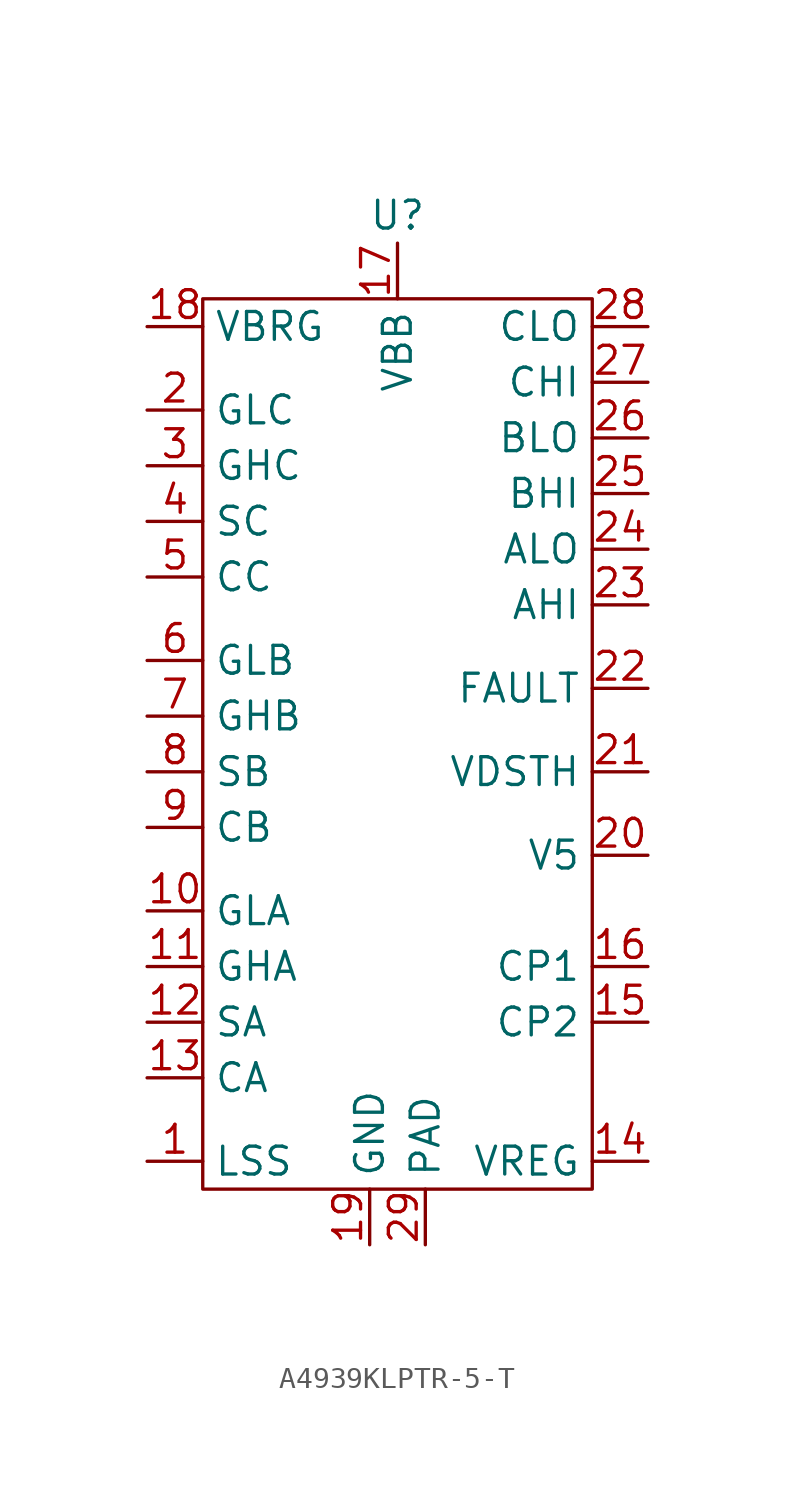
<source format=kicad_sym>
(kicad_symbol_lib
  (version 20231120)
  (generator "kicad_symbol_editor")
  (generator_version "8.0")
  (symbol "A4939KLPTR-5-T"
    (property "Reference" "U"
      (at 0 24.13 0)
      (effects (font (size 1.27 1.27))))
    (property "Value" ""
      (at 0 0 0)
      (effects (font (size 1.27 1.27))))
    (symbol "A4939KLPTR-5-T_0_1"
      (rectangle (start -8.89 20.32) (end 8.89 -20.32) (stroke (width 0) (type default)) (fill (type none))))
    (symbol "A4939KLPTR-5-T_1_1"
      (pin power_in line (at -11.43 -19.05 0) (length 2.54) (name "LSS" (effects (font (size 1.27 1.27)))) (number "1" (effects (font (size 1.27 1.27)))))
      (pin output line (at -11.43 -7.62 0) (length 2.54) (name "GLA" (effects (font (size 1.27 1.27)))) (number "10" (effects (font (size 1.27 1.27)))))
      (pin output line (at -11.43 -10.16 0) (length 2.54) (name "GHA" (effects (font (size 1.27 1.27)))) (number "11" (effects (font (size 1.27 1.27)))))
      (pin input line (at -11.43 -12.7 0) (length 2.54) (name "SA" (effects (font (size 1.27 1.27)))) (number "12" (effects (font (size 1.27 1.27)))))
      (pin input line (at -11.43 -15.24 0) (length 2.54) (name "CA" (effects (font (size 1.27 1.27)))) (number "13" (effects (font (size 1.27 1.27)))))
      (pin input line (at 11.43 -19.05 180) (length 2.54) (name "VREG" (effects (font (size 1.27 1.27)))) (number "14" (effects (font (size 1.27 1.27)))))
      (pin bidirectional line (at 11.43 -12.7 180) (length 2.54) (name "CP2" (effects (font (size 1.27 1.27)))) (number "15" (effects (font (size 1.27 1.27)))))
      (pin bidirectional line (at 11.43 -10.16 180) (length 2.54) (name "CP1" (effects (font (size 1.27 1.27)))) (number "16" (effects (font (size 1.27 1.27)))))
      (pin power_in line (at 0 22.86 270) (length 2.54) (name "VBB" (effects (font (size 1.27 1.27)))) (number "17" (effects (font (size 1.27 1.27)))))
      (pin input line (at -11.43 19.05 0) (length 2.54) (name "VBRG" (effects (font (size 1.27 1.27)))) (number "18" (effects (font (size 1.27 1.27)))))
      (pin power_in line (at -1.27 -22.86 90) (length 2.54) (name "GND" (effects (font (size 1.27 1.27)))) (number "19" (effects (font (size 1.27 1.27)))))
      (pin output line (at -11.43 15.24 0) (length 2.54) (name "GLC" (effects (font (size 1.27 1.27)))) (number "2" (effects (font (size 1.27 1.27)))))
      (pin power_in line (at 11.43 -5.08 180) (length 2.54) (name "V5" (effects (font (size 1.27 1.27)))) (number "20" (effects (font (size 1.27 1.27)))))
      (pin power_in line (at 11.43 -1.27 180) (length 2.54) (name "VDSTH" (effects (font (size 1.27 1.27)))) (number "21" (effects (font (size 1.27 1.27)))))
      (pin power_in line (at 11.43 2.54 180) (length 2.54) (name "FAULT" (effects (font (size 1.27 1.27)))) (number "22" (effects (font (size 1.27 1.27)))))
      (pin input line (at 11.43 6.35 180) (length 2.54) (name "AHI" (effects (font (size 1.27 1.27)))) (number "23" (effects (font (size 1.27 1.27)))))
      (pin input line (at 11.43 8.89 180) (length 2.54) (name "ALO" (effects (font (size 1.27 1.27)))) (number "24" (effects (font (size 1.27 1.27)))))
      (pin input line (at 11.43 11.43 180) (length 2.54) (name "BHI" (effects (font (size 1.27 1.27)))) (number "25" (effects (font (size 1.27 1.27)))))
      (pin input line (at 11.43 13.97 180) (length 2.54) (name "BLO" (effects (font (size 1.27 1.27)))) (number "26" (effects (font (size 1.27 1.27)))))
      (pin input line (at 11.43 16.51 180) (length 2.54) (name "CHI" (effects (font (size 1.27 1.27)))) (number "27" (effects (font (size 1.27 1.27)))))
      (pin input line (at 11.43 19.05 180) (length 2.54) (name "CLO" (effects (font (size 1.27 1.27)))) (number "28" (effects (font (size 1.27 1.27)))))
      (pin power_in line (at 1.27 -22.86 90) (length 2.54) (name "PAD" (effects (font (size 1.27 1.27)))) (number "29" (effects (font (size 1.27 1.27)))))
      (pin output line (at -11.43 12.7 0) (length 2.54) (name "GHC" (effects (font (size 1.27 1.27)))) (number "3" (effects (font (size 1.27 1.27)))))
      (pin input line (at -11.43 10.16 0) (length 2.54) (name "SC" (effects (font (size 1.27 1.27)))) (number "4" (effects (font (size 1.27 1.27)))))
      (pin input line (at -11.43 7.62 0) (length 2.54) (name "CC" (effects (font (size 1.27 1.27)))) (number "5" (effects (font (size 1.27 1.27)))))
      (pin output line (at -11.43 3.81 0) (length 2.54) (name "GLB" (effects (font (size 1.27 1.27)))) (number "6" (effects (font (size 1.27 1.27)))))
      (pin output line (at -11.43 1.27 0) (length 2.54) (name "GHB" (effects (font (size 1.27 1.27)))) (number "7" (effects (font (size 1.27 1.27)))))
      (pin input line (at -11.43 -1.27 0) (length 2.54) (name "SB" (effects (font (size 1.27 1.27)))) (number "8" (effects (font (size 1.27 1.27)))))
      (pin input line (at -11.43 -3.81 0) (length 2.54) (name "CB" (effects (font (size 1.27 1.27)))) (number "9" (effects (font (size 1.27 1.27))))))))
</source>
